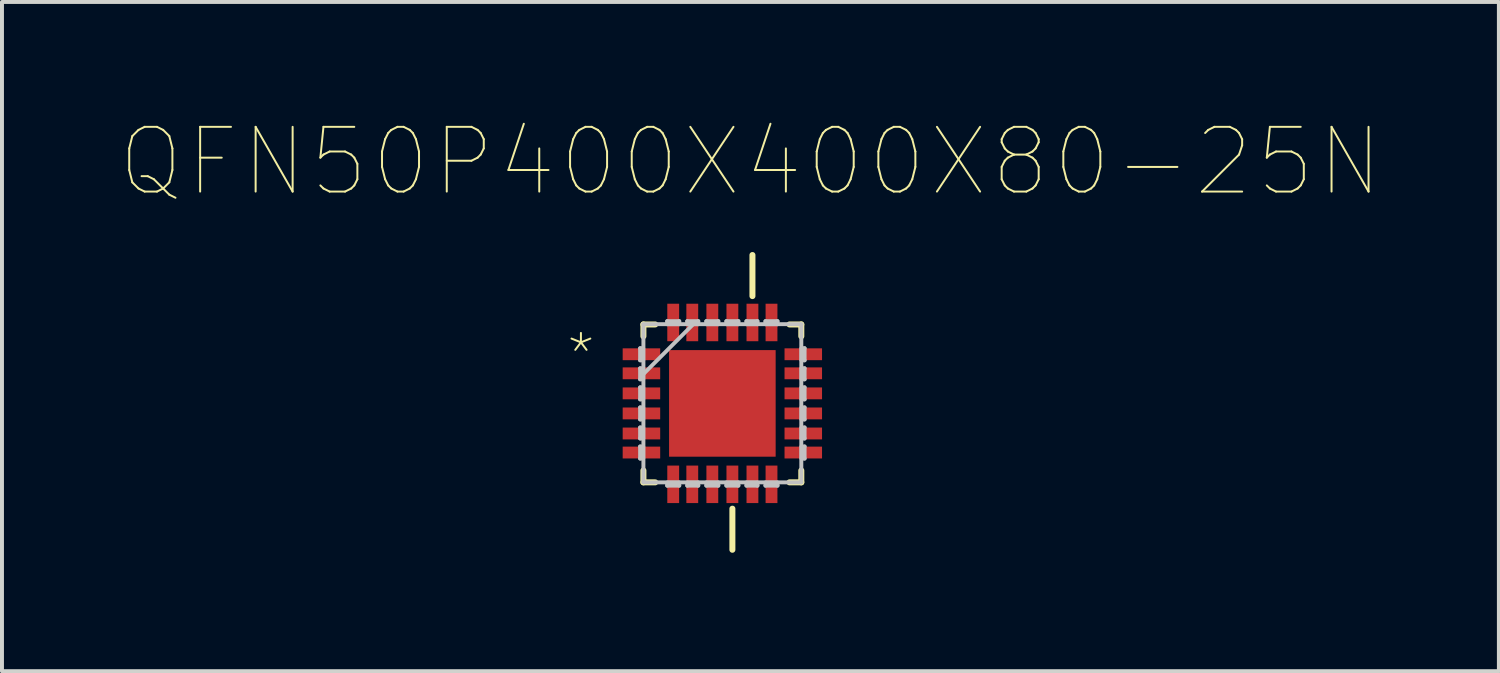
<source format=kicad_pcb>
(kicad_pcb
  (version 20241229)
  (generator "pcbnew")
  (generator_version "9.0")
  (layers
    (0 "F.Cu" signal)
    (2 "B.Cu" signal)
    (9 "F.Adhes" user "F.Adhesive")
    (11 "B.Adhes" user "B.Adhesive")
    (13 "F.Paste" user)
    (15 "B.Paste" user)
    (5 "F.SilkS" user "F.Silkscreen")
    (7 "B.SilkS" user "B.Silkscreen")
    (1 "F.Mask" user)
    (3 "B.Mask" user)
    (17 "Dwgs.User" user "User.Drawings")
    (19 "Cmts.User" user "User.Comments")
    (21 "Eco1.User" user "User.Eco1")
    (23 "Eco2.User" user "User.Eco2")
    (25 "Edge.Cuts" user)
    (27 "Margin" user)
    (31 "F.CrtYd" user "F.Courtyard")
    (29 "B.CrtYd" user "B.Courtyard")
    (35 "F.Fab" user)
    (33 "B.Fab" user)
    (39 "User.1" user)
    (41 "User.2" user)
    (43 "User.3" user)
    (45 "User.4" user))
  (footprint "QFN50P400X400X80-25N"
    (layer "F.Cu")
    (at 15.249 7.169)
    (property "Reference" "QFN50P400X400X80-25N" (at 0.711 -6.122 0) (layer "F.SilkS") (effects (font (size 1.64 1.64) (thickness 0.05))))
    (attr smd)
    (fp_line (start -2 -2) (end -2 -1.7) (stroke (width 0.152) (type solid)) (layer "F.SilkS"))
    (fp_line (start -2 1.7) (end -2 2) (stroke (width 0.152) (type solid)) (layer "F.SilkS"))
    (fp_line (start -2 2) (end -1.7 2) (stroke (width 0.152) (type solid)) (layer "F.SilkS"))
    (fp_line (start -1.7 -2) (end -2 -2) (stroke (width 0.152) (type solid)) (layer "F.SilkS"))
    (fp_line (start 0.254 2.667) (end 0.254 3.708) (stroke (width 0.152) (type solid)) (layer "F.SilkS"))
    (fp_line (start 0.762 -2.718) (end 0.762 -3.759) (stroke (width 0.152) (type solid)) (layer "F.SilkS"))
    (fp_line (start 1.7 2) (end 2 2) (stroke (width 0.152) (type solid)) (layer "F.SilkS"))
    (fp_line (start 2 -2) (end 1.7 -2) (stroke (width 0.152) (type solid)) (layer "F.SilkS"))
    (fp_line (start 2 -1.7) (end 2 -2) (stroke (width 0.152) (type solid)) (layer "F.SilkS"))
    (fp_line (start 2 2) (end 2 1.7) (stroke (width 0.152) (type solid)) (layer "F.SilkS"))
    (fp_line (start -2.083 -1.397) (end -2.083 -1.092) (stroke (width 0.1) (type solid)) (layer "Dwgs.User"))
    (fp_line (start -2.083 -1.092) (end -2.007 -1.092) (stroke (width 0.1) (type solid)) (layer "Dwgs.User"))
    (fp_line (start -2.083 -0.889) (end -2.083 -0.61) (stroke (width 0.1) (type solid)) (layer "Dwgs.User"))
    (fp_line (start -2.083 -0.61) (end -2.007 -0.61) (stroke (width 0.1) (type solid)) (layer "Dwgs.User"))
    (fp_line (start -2.083 -0.406) (end -2.083 -0.102) (stroke (width 0.1) (type solid)) (layer "Dwgs.User"))
    (fp_line (start -2.083 -0.102) (end -2.007 -0.102) (stroke (width 0.1) (type solid)) (layer "Dwgs.User"))
    (fp_line (start -2.083 0.102) (end -2.083 0.406) (stroke (width 0.1) (type solid)) (layer "Dwgs.User"))
    (fp_line (start -2.083 0.406) (end -2.007 0.406) (stroke (width 0.1) (type solid)) (layer "Dwgs.User"))
    (fp_line (start -2.083 0.61) (end -2.083 0.889) (stroke (width 0.1) (type solid)) (layer "Dwgs.User"))
    (fp_line (start -2.083 0.889) (end -2.007 0.889) (stroke (width 0.1) (type solid)) (layer "Dwgs.User"))
    (fp_line (start -2.083 1.092) (end -2.083 1.397) (stroke (width 0.1) (type solid)) (layer "Dwgs.User"))
    (fp_line (start -2.083 1.397) (end -2.007 1.397) (stroke (width 0.1) (type solid)) (layer "Dwgs.User"))
    (fp_line (start -2.007 -1.397) (end -2.083 -1.397) (stroke (width 0.1) (type solid)) (layer "Dwgs.User"))
    (fp_line (start -2.007 -1.092) (end -2.007 -1.397) (stroke (width 0.1) (type solid)) (layer "Dwgs.User"))
    (fp_line (start -2.007 -0.889) (end -2.083 -0.889) (stroke (width 0.1) (type solid)) (layer "Dwgs.User"))
    (fp_line (start -2.007 -0.737) (end -0.737 -2.007) (stroke (width 0.1) (type solid)) (layer "Dwgs.User"))
    (fp_line (start -2.007 -0.61) (end -2.007 -0.889) (stroke (width 0.1) (type solid)) (layer "Dwgs.User"))
    (fp_line (start -2.007 -0.406) (end -2.083 -0.406) (stroke (width 0.1) (type solid)) (layer "Dwgs.User"))
    (fp_line (start -2.007 -0.102) (end -2.007 -0.406) (stroke (width 0.1) (type solid)) (layer "Dwgs.User"))
    (fp_line (start -2.007 0.102) (end -2.083 0.102) (stroke (width 0.1) (type solid)) (layer "Dwgs.User"))
    (fp_line (start -2.007 0.406) (end -2.007 0.102) (stroke (width 0.1) (type solid)) (layer "Dwgs.User"))
    (fp_line (start -2.007 0.61) (end -2.083 0.61) (stroke (width 0.1) (type solid)) (layer "Dwgs.User"))
    (fp_line (start -2.007 0.889) (end -2.007 0.61) (stroke (width 0.1) (type solid)) (layer "Dwgs.User"))
    (fp_line (start -2.007 1.092) (end -2.083 1.092) (stroke (width 0.1) (type solid)) (layer "Dwgs.User"))
    (fp_line (start -2.007 1.397) (end -2.007 1.092) (stroke (width 0.1) (type solid)) (layer "Dwgs.User"))
    (fp_line (start -2 -2) (end -2 2) (stroke (width 0.1) (type solid)) (layer "Dwgs.User"))
    (fp_line (start -2 2) (end 2 2) (stroke (width 0.1) (type solid)) (layer "Dwgs.User"))
    (fp_line (start -1.397 -2.083) (end -1.397 -2.007) (stroke (width 0.1) (type solid)) (layer "Dwgs.User"))
    (fp_line (start -1.397 -2.007) (end -1.092 -2.007) (stroke (width 0.1) (type solid)) (layer "Dwgs.User"))
    (fp_line (start -1.397 2.007) (end -1.397 2.083) (stroke (width 0.1) (type solid)) (layer "Dwgs.User"))
    (fp_line (start -1.397 2.083) (end -1.092 2.083) (stroke (width 0.1) (type solid)) (layer "Dwgs.User"))
    (fp_line (start -1.092 -2.083) (end -1.397 -2.083) (stroke (width 0.1) (type solid)) (layer "Dwgs.User"))
    (fp_line (start -1.092 -2.007) (end -1.092 -2.083) (stroke (width 0.1) (type solid)) (layer "Dwgs.User"))
    (fp_line (start -1.092 2.007) (end -1.397 2.007) (stroke (width 0.1) (type solid)) (layer "Dwgs.User"))
    (fp_line (start -1.092 2.083) (end -1.092 2.007) (stroke (width 0.1) (type solid)) (layer "Dwgs.User"))
    (fp_line (start -0.889 -2.083) (end -0.889 -2.007) (stroke (width 0.1) (type solid)) (layer "Dwgs.User"))
    (fp_line (start -0.889 -2.007) (end -0.61 -2.007) (stroke (width 0.1) (type solid)) (layer "Dwgs.User"))
    (fp_line (start -0.889 2.007) (end -0.889 2.083) (stroke (width 0.1) (type solid)) (layer "Dwgs.User"))
    (fp_line (start -0.889 2.083) (end -0.61 2.083) (stroke (width 0.1) (type solid)) (layer "Dwgs.User"))
    (fp_line (start -0.61 -2.083) (end -0.889 -2.083) (stroke (width 0.1) (type solid)) (layer "Dwgs.User"))
    (fp_line (start -0.61 -2.007) (end -0.61 -2.083) (stroke (width 0.1) (type solid)) (layer "Dwgs.User"))
    (fp_line (start -0.61 2.007) (end -0.889 2.007) (stroke (width 0.1) (type solid)) (layer "Dwgs.User"))
    (fp_line (start -0.61 2.083) (end -0.61 2.007) (stroke (width 0.1) (type solid)) (layer "Dwgs.User"))
    (fp_line (start -0.406 -2.083) (end -0.406 -2.007) (stroke (width 0.1) (type solid)) (layer "Dwgs.User"))
    (fp_line (start -0.406 -2.007) (end -0.102 -2.007) (stroke (width 0.1) (type solid)) (layer "Dwgs.User"))
    (fp_line (start -0.406 2.007) (end -0.406 2.083) (stroke (width 0.1) (type solid)) (layer "Dwgs.User"))
    (fp_line (start -0.406 2.083) (end -0.102 2.083) (stroke (width 0.1) (type solid)) (layer "Dwgs.User"))
    (fp_line (start -0.102 -2.083) (end -0.406 -2.083) (stroke (width 0.1) (type solid)) (layer "Dwgs.User"))
    (fp_line (start -0.102 -2.007) (end -0.102 -2.083) (stroke (width 0.1) (type solid)) (layer "Dwgs.User"))
    (fp_line (start -0.102 2.007) (end -0.406 2.007) (stroke (width 0.1) (type solid)) (layer "Dwgs.User"))
    (fp_line (start -0.102 2.083) (end -0.102 2.007) (stroke (width 0.1) (type solid)) (layer "Dwgs.User"))
    (fp_line (start 0.102 -2.083) (end 0.102 -2.007) (stroke (width 0.1) (type solid)) (layer "Dwgs.User"))
    (fp_line (start 0.102 -2.007) (end 0.406 -2.007) (stroke (width 0.1) (type solid)) (layer "Dwgs.User"))
    (fp_line (start 0.102 2.007) (end 0.102 2.083) (stroke (width 0.1) (type solid)) (layer "Dwgs.User"))
    (fp_line (start 0.102 2.083) (end 0.406 2.083) (stroke (width 0.1) (type solid)) (layer "Dwgs.User"))
    (fp_line (start 0.406 -2.083) (end 0.102 -2.083) (stroke (width 0.1) (type solid)) (layer "Dwgs.User"))
    (fp_line (start 0.406 -2.007) (end 0.406 -2.083) (stroke (width 0.1) (type solid)) (layer "Dwgs.User"))
    (fp_line (start 0.406 2.007) (end 0.102 2.007) (stroke (width 0.1) (type solid)) (layer "Dwgs.User"))
    (fp_line (start 0.406 2.083) (end 0.406 2.007) (stroke (width 0.1) (type solid)) (layer "Dwgs.User"))
    (fp_line (start 0.61 -2.083) (end 0.61 -2.007) (stroke (width 0.1) (type solid)) (layer "Dwgs.User"))
    (fp_line (start 0.61 -2.007) (end 0.889 -2.007) (stroke (width 0.1) (type solid)) (layer "Dwgs.User"))
    (fp_line (start 0.61 2.007) (end 0.61 2.083) (stroke (width 0.1) (type solid)) (layer "Dwgs.User"))
    (fp_line (start 0.61 2.083) (end 0.889 2.083) (stroke (width 0.1) (type solid)) (layer "Dwgs.User"))
    (fp_line (start 0.889 -2.083) (end 0.61 -2.083) (stroke (width 0.1) (type solid)) (layer "Dwgs.User"))
    (fp_line (start 0.889 -2.007) (end 0.889 -2.083) (stroke (width 0.1) (type solid)) (layer "Dwgs.User"))
    (fp_line (start 0.889 2.007) (end 0.61 2.007) (stroke (width 0.1) (type solid)) (layer "Dwgs.User"))
    (fp_line (start 0.889 2.083) (end 0.889 2.007) (stroke (width 0.1) (type solid)) (layer "Dwgs.User"))
    (fp_line (start 1.092 -2.083) (end 1.092 -2.007) (stroke (width 0.1) (type solid)) (layer "Dwgs.User"))
    (fp_line (start 1.092 -2.007) (end 1.397 -2.007) (stroke (width 0.1) (type solid)) (layer "Dwgs.User"))
    (fp_line (start 1.092 2.007) (end 1.092 2.083) (stroke (width 0.1) (type solid)) (layer "Dwgs.User"))
    (fp_line (start 1.092 2.083) (end 1.397 2.083) (stroke (width 0.1) (type solid)) (layer "Dwgs.User"))
    (fp_line (start 1.397 -2.083) (end 1.092 -2.083) (stroke (width 0.1) (type solid)) (layer "Dwgs.User"))
    (fp_line (start 1.397 -2.007) (end 1.397 -2.083) (stroke (width 0.1) (type solid)) (layer "Dwgs.User"))
    (fp_line (start 1.397 2.007) (end 1.092 2.007) (stroke (width 0.1) (type solid)) (layer "Dwgs.User"))
    (fp_line (start 1.397 2.083) (end 1.397 2.007) (stroke (width 0.1) (type solid)) (layer "Dwgs.User"))
    (fp_line (start 2 2) (end 2 -2) (stroke (width 0.1) (type solid)) (layer "Dwgs.User"))
    (fp_line (start 2.007 -2.007) (end -2.007 -2.007) (stroke (width 0.1) (type solid)) (layer "Dwgs.User"))
    (fp_line (start 2.007 -1.397) (end 2.007 -1.092) (stroke (width 0.1) (type solid)) (layer "Dwgs.User"))
    (fp_line (start 2.007 -1.092) (end 2.083 -1.092) (stroke (width 0.1) (type solid)) (layer "Dwgs.User"))
    (fp_line (start 2.007 -0.889) (end 2.007 -0.61) (stroke (width 0.1) (type solid)) (layer "Dwgs.User"))
    (fp_line (start 2.007 -0.61) (end 2.083 -0.61) (stroke (width 0.1) (type solid)) (layer "Dwgs.User"))
    (fp_line (start 2.007 -0.406) (end 2.007 -0.102) (stroke (width 0.1) (type solid)) (layer "Dwgs.User"))
    (fp_line (start 2.007 -0.102) (end 2.083 -0.102) (stroke (width 0.1) (type solid)) (layer "Dwgs.User"))
    (fp_line (start 2.007 0.102) (end 2.007 0.406) (stroke (width 0.1) (type solid)) (layer "Dwgs.User"))
    (fp_line (start 2.007 0.406) (end 2.083 0.406) (stroke (width 0.1) (type solid)) (layer "Dwgs.User"))
    (fp_line (start 2.007 0.61) (end 2.007 0.889) (stroke (width 0.1) (type solid)) (layer "Dwgs.User"))
    (fp_line (start 2.007 0.889) (end 2.083 0.889) (stroke (width 0.1) (type solid)) (layer "Dwgs.User"))
    (fp_line (start 2.007 1.092) (end 2.007 1.397) (stroke (width 0.1) (type solid)) (layer "Dwgs.User"))
    (fp_line (start 2.007 1.397) (end 2.083 1.397) (stroke (width 0.1) (type solid)) (layer "Dwgs.User"))
    (fp_line (start 2.083 -1.397) (end 2.007 -1.397) (stroke (width 0.1) (type solid)) (layer "Dwgs.User"))
    (fp_line (start 2.083 -1.092) (end 2.083 -1.397) (stroke (width 0.1) (type solid)) (layer "Dwgs.User"))
    (fp_line (start 2.083 -0.889) (end 2.007 -0.889) (stroke (width 0.1) (type solid)) (layer "Dwgs.User"))
    (fp_line (start 2.083 -0.61) (end 2.083 -0.889) (stroke (width 0.1) (type solid)) (layer "Dwgs.User"))
    (fp_line (start 2.083 -0.406) (end 2.007 -0.406) (stroke (width 0.1) (type solid)) (layer "Dwgs.User"))
    (fp_line (start 2.083 -0.102) (end 2.083 -0.406) (stroke (width 0.1) (type solid)) (layer "Dwgs.User"))
    (fp_line (start 2.083 0.102) (end 2.007 0.102) (stroke (width 0.1) (type solid)) (layer "Dwgs.User"))
    (fp_line (start 2.083 0.406) (end 2.083 0.102) (stroke (width 0.1) (type solid)) (layer "Dwgs.User"))
    (fp_line (start 2.083 0.61) (end 2.007 0.61) (stroke (width 0.1) (type solid)) (layer "Dwgs.User"))
    (fp_line (start 2.083 0.889) (end 2.083 0.61) (stroke (width 0.1) (type solid)) (layer "Dwgs.User"))
    (fp_line (start 2.083 1.092) (end 2.007 1.092) (stroke (width 0.1) (type solid)) (layer "Dwgs.User"))
    (fp_line (start 2.083 1.397) (end 2.083 1.092) (stroke (width 0.1) (type solid)) (layer "Dwgs.User"))
    (fp_text user "*" (at -3.583 -1.245 0) (layer "F.SilkS") (effects (font (size 1 1) (thickness 0.05))))
    (fp_text user "*" (at -3.585 -1.246 0) (layer "Edge.Cuts") (effects (font (size 1 1) (thickness 0.05))))
    (pad "1" smd rect (at -2.05 -1.245 270) (size 0.3 0.95) (layers "F.Cu" "F.Mask" "F.Paste"))
    (pad "2" smd rect (at -2.05 -0.762 270) (size 0.3 0.95) (layers "F.Cu" "F.Mask" "F.Paste"))
    (pad "3" smd rect (at -2.05 -0.254 270) (size 0.3 0.95) (layers "F.Cu" "F.Mask" "F.Paste"))
    (pad "4" smd rect (at -2.05 0.254 270) (size 0.3 0.95) (layers "F.Cu" "F.Mask" "F.Paste"))
    (pad "5" smd rect (at -2.05 0.762 270) (size 0.3 0.95) (layers "F.Cu" "F.Mask" "F.Paste"))
    (pad "6" smd rect (at -2.05 1.245 270) (size 0.3 0.95) (layers "F.Cu" "F.Mask" "F.Paste"))
    (pad "7" smd rect (at -1.245 2.05 180) (size 0.3 0.95) (layers "F.Cu" "F.Mask" "F.Paste"))
    (pad "8" smd rect (at -0.762 2.05 180) (size 0.3 0.95) (layers "F.Cu" "F.Mask" "F.Paste"))
    (pad "9" smd rect (at -0.254 2.05 180) (size 0.3 0.95) (layers "F.Cu" "F.Mask" "F.Paste"))
    (pad "10" smd rect (at 0.254 2.05 180) (size 0.3 0.95) (layers "F.Cu" "F.Mask" "F.Paste"))
    (pad "11" smd rect (at 0.762 2.05 180) (size 0.3 0.95) (layers "F.Cu" "F.Mask" "F.Paste"))
    (pad "12" smd rect (at 1.245 2.05 180) (size 0.3 0.95) (layers "F.Cu" "F.Mask" "F.Paste"))
    (pad "13" smd rect (at 2.05 1.245 270) (size 0.3 0.95) (layers "F.Cu" "F.Mask" "F.Paste"))
    (pad "14" smd rect (at 2.05 0.762 270) (size 0.3 0.95) (layers "F.Cu" "F.Mask" "F.Paste"))
    (pad "15" smd rect (at 2.05 0.254 270) (size 0.3 0.95) (layers "F.Cu" "F.Mask" "F.Paste"))
    (pad "16" smd rect (at 2.05 -0.254 270) (size 0.3 0.95) (layers "F.Cu" "F.Mask" "F.Paste"))
    (pad "17" smd rect (at 2.05 -0.762 270) (size 0.3 0.95) (layers "F.Cu" "F.Mask" "F.Paste"))
    (pad "18" smd rect (at 2.05 -1.245 270) (size 0.3 0.95) (layers "F.Cu" "F.Mask" "F.Paste"))
    (pad "19" smd rect (at 1.245 -2.05 180) (size 0.3 0.95) (layers "F.Cu" "F.Mask" "F.Paste"))
    (pad "20" smd rect (at 0.762 -2.05 180) (size 0.3 0.95) (layers "F.Cu" "F.Mask" "F.Paste"))
    (pad "21" smd rect (at 0.254 -2.05 180) (size 0.3 0.95) (layers "F.Cu" "F.Mask" "F.Paste"))
    (pad "22" smd rect (at -0.254 -2.05 180) (size 0.3 0.95) (layers "F.Cu" "F.Mask" "F.Paste"))
    (pad "23" smd rect (at -0.762 -2.05 180) (size 0.3 0.95) (layers "F.Cu" "F.Mask" "F.Paste"))
    (pad "24" smd rect (at -1.245 -2.05 180) (size 0.3 0.95) (layers "F.Cu" "F.Mask" "F.Paste"))
    (pad "25" smd rect (at 0 0) (size 2.7 2.7) (layers "F.Cu" "F.Mask" "F.Paste")))
  (gr_rect
    (start -3 -3)
    (end 34.92 13.953)
    (stroke (width 0.1) (type default))
    (fill no)
    (layer "Edge.Cuts")))
</source>
